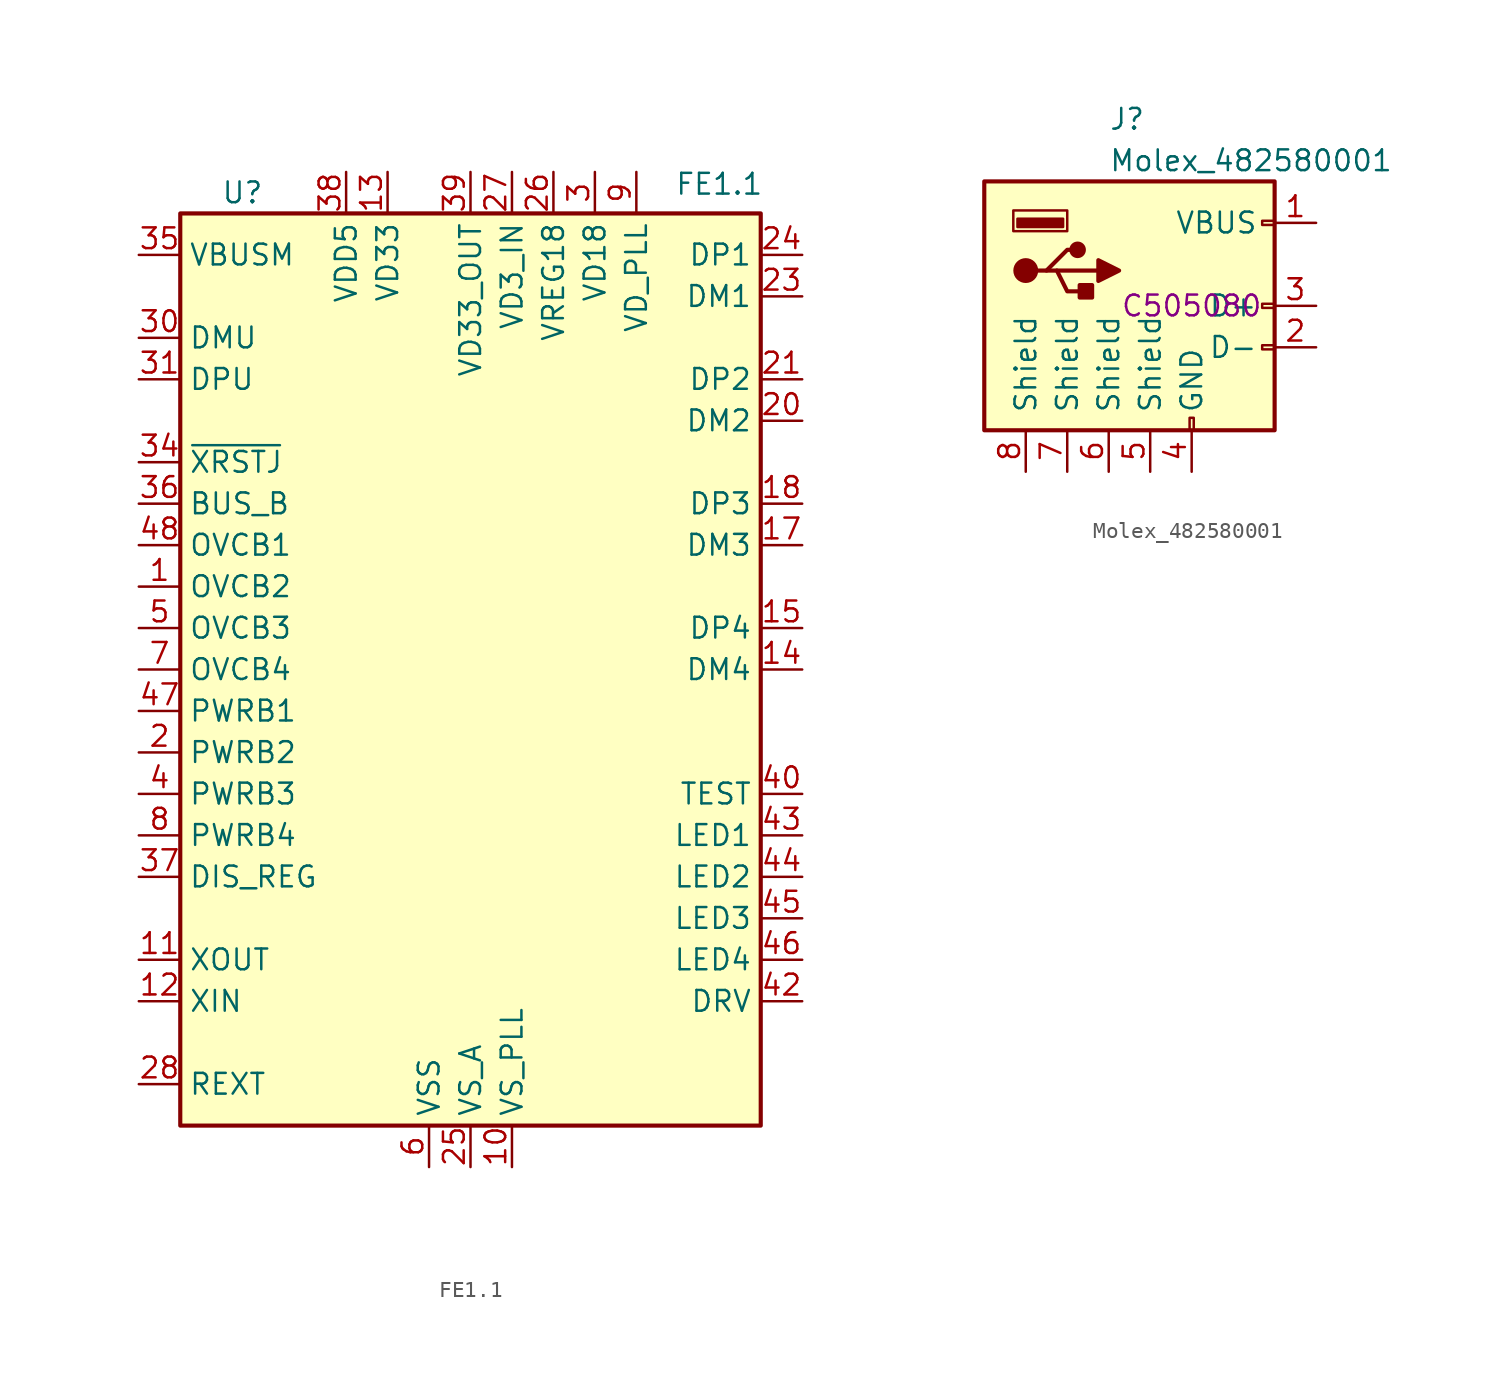
<source format=kicad_sym>
(kicad_symbol_lib
  (version 20211014)
  (generator kicad_symbol_editor)
  (symbol "FE1.1"
    (property "Reference" "U"
      (at -13.97 26.67 0)
      (effects (font (size 1.27 1.27))))
    (property "Value" "FE1.1"
      (at 15.24 27.94 0)
      (effects (font (size 1.27 1.27)) (justify top)))
    (symbol "FE1.1_0_1"
      (rectangle (start -17.78 25.4) (end 17.78 -30.48) (stroke (width 0.254) (type default) (color 0 0 0 0)) (fill (type background))))
    (symbol "FE1.1_1_1"
      (pin input line (at -20.32 2.54 0) (length 2.54) (name "OVCB2" (effects (font (size 1.27 1.27)))) (number "1" (effects (font (size 1.27 1.27)))))
      (pin power_in line (at 2.54 -33.02 90) (length 2.54) (name "VS_PLL" (effects (font (size 1.27 1.27)))) (number "10" (effects (font (size 1.27 1.27)))))
      (pin output line (at -20.32 -20.32 0) (length 2.54) (name "XOUT" (effects (font (size 1.27 1.27)))) (number "11" (effects (font (size 1.27 1.27)))))
      (pin input line (at -20.32 -22.86 0) (length 2.54) (name "XIN" (effects (font (size 1.27 1.27)))) (number "12" (effects (font (size 1.27 1.27)))))
      (pin power_in line (at -5.08 27.94 270) (length 2.54) (name "VD33" (effects (font (size 1.27 1.27)))) (number "13" (effects (font (size 1.27 1.27)))))
      (pin bidirectional line (at 20.32 -2.54 180) (length 2.54) (name "DM4" (effects (font (size 1.27 1.27)))) (number "14" (effects (font (size 1.27 1.27)))))
      (pin bidirectional line (at 20.32 0 180) (length 2.54) (name "DP4" (effects (font (size 1.27 1.27)))) (number "15" (effects (font (size 1.27 1.27)))))
      (pin passive line (at -2.54 -33.02 90) (length 2.54) hide (name "VSS" (effects (font (size 1.27 1.27)))) (number "16" (effects (font (size 1.27 1.27)))))
      (pin bidirectional line (at 20.32 5.08 180) (length 2.54) (name "DM3" (effects (font (size 1.27 1.27)))) (number "17" (effects (font (size 1.27 1.27)))))
      (pin bidirectional line (at 20.32 7.62 180) (length 2.54) (name "DP3" (effects (font (size 1.27 1.27)))) (number "18" (effects (font (size 1.27 1.27)))))
      (pin passive line (at -5.08 27.94 270) (length 2.54) hide (name "VD33" (effects (font (size 1.27 1.27)))) (number "19" (effects (font (size 1.27 1.27)))))
      (pin input line (at -20.32 -7.62 0) (length 2.54) (name "PWRB2" (effects (font (size 1.27 1.27)))) (number "2" (effects (font (size 1.27 1.27)))))
      (pin bidirectional line (at 20.32 12.7 180) (length 2.54) (name "DM2" (effects (font (size 1.27 1.27)))) (number "20" (effects (font (size 1.27 1.27)))))
      (pin bidirectional line (at 20.32 15.24 180) (length 2.54) (name "DP2" (effects (font (size 1.27 1.27)))) (number "21" (effects (font (size 1.27 1.27)))))
      (pin passive line (at -2.54 -33.02 90) (length 2.54) hide (name "VSS" (effects (font (size 1.27 1.27)))) (number "22" (effects (font (size 1.27 1.27)))))
      (pin bidirectional line (at 20.32 20.32 180) (length 2.54) (name "DM1" (effects (font (size 1.27 1.27)))) (number "23" (effects (font (size 1.27 1.27)))))
      (pin bidirectional line (at 20.32 22.86 180) (length 2.54) (name "DP1" (effects (font (size 1.27 1.27)))) (number "24" (effects (font (size 1.27 1.27)))))
      (pin power_in line (at 0 -33.02 90) (length 2.54) (name "VS_A" (effects (font (size 1.27 1.27)))) (number "25" (effects (font (size 1.27 1.27)))))
      (pin power_out line (at 5.08 27.94 270) (length 2.54) (name "VREG18" (effects (font (size 1.27 1.27)))) (number "26" (effects (font (size 1.27 1.27)))))
      (pin power_in line (at 2.54 27.94 270) (length 2.54) (name "VD3_IN" (effects (font (size 1.27 1.27)))) (number "27" (effects (font (size 1.27 1.27)))))
      (pin passive line (at -20.32 -27.94 0) (length 2.54) (name "REXT" (effects (font (size 1.27 1.27)))) (number "28" (effects (font (size 1.27 1.27)))))
      (pin passive line (at 7.62 27.94 270) (length 2.54) hide (name "VD18" (effects (font (size 1.27 1.27)))) (number "29" (effects (font (size 1.27 1.27)))))
      (pin power_in line (at 7.62 27.94 270) (length 2.54) (name "VD18" (effects (font (size 1.27 1.27)))) (number "3" (effects (font (size 1.27 1.27)))))
      (pin bidirectional line (at -20.32 17.78 0) (length 2.54) (name "DMU" (effects (font (size 1.27 1.27)))) (number "30" (effects (font (size 1.27 1.27)))))
      (pin bidirectional line (at -20.32 15.24 0) (length 2.54) (name "DPU" (effects (font (size 1.27 1.27)))) (number "31" (effects (font (size 1.27 1.27)))))
      (pin passive line (at -5.08 27.94 270) (length 2.54) hide (name "VD33" (effects (font (size 1.27 1.27)))) (number "32" (effects (font (size 1.27 1.27)))))
      (pin passive line (at -2.54 -33.02 90) (length 2.54) hide (name "VSS" (effects (font (size 1.27 1.27)))) (number "33" (effects (font (size 1.27 1.27)))))
      (pin input line (at -20.32 10.16 0) (length 2.54) (name "~{XRSTJ}" (effects (font (size 1.27 1.27)))) (number "34" (effects (font (size 1.27 1.27)))))
      (pin input line (at -20.32 22.86 0) (length 2.54) (name "VBUSM" (effects (font (size 1.27 1.27)))) (number "35" (effects (font (size 1.27 1.27)))))
      (pin input line (at -20.32 7.62 0) (length 2.54) (name "BUS_B" (effects (font (size 1.27 1.27)))) (number "36" (effects (font (size 1.27 1.27)))))
      (pin input line (at -20.32 -15.24 0) (length 2.54) (name "DIS_REG" (effects (font (size 1.27 1.27)))) (number "37" (effects (font (size 1.27 1.27)))))
      (pin power_in line (at -7.62 27.94 270) (length 2.54) (name "VDD5" (effects (font (size 1.27 1.27)))) (number "38" (effects (font (size 1.27 1.27)))))
      (pin power_out line (at 0 27.94 270) (length 2.54) (name "VD33_OUT" (effects (font (size 1.27 1.27)))) (number "39" (effects (font (size 1.27 1.27)))))
      (pin input line (at -20.32 -10.16 0) (length 2.54) (name "PWRB3" (effects (font (size 1.27 1.27)))) (number "4" (effects (font (size 1.27 1.27)))))
      (pin input line (at 20.32 -10.16 180) (length 2.54) (name "TEST" (effects (font (size 1.27 1.27)))) (number "40" (effects (font (size 1.27 1.27)))))
      (pin passive line (at -5.08 27.94 270) (length 2.54) hide (name "VD33" (effects (font (size 1.27 1.27)))) (number "41" (effects (font (size 1.27 1.27)))))
      (pin passive line (at 20.32 -22.86 180) (length 2.54) (name "DRV" (effects (font (size 1.27 1.27)))) (number "42" (effects (font (size 1.27 1.27)))))
      (pin passive line (at 20.32 -12.7 180) (length 2.54) (name "LED1" (effects (font (size 1.27 1.27)))) (number "43" (effects (font (size 1.27 1.27)))))
      (pin passive line (at 20.32 -15.24 180) (length 2.54) (name "LED2" (effects (font (size 1.27 1.27)))) (number "44" (effects (font (size 1.27 1.27)))))
      (pin passive line (at 20.32 -17.78 180) (length 2.54) (name "LED3" (effects (font (size 1.27 1.27)))) (number "45" (effects (font (size 1.27 1.27)))))
      (pin passive line (at 20.32 -20.32 180) (length 2.54) (name "LED4" (effects (font (size 1.27 1.27)))) (number "46" (effects (font (size 1.27 1.27)))))
      (pin input line (at -20.32 -5.08 0) (length 2.54) (name "PWRB1" (effects (font (size 1.27 1.27)))) (number "47" (effects (font (size 1.27 1.27)))))
      (pin input line (at -20.32 5.08 0) (length 2.54) (name "OVCB1" (effects (font (size 1.27 1.27)))) (number "48" (effects (font (size 1.27 1.27)))))
      (pin input line (at -20.32 0 0) (length 2.54) (name "OVCB3" (effects (font (size 1.27 1.27)))) (number "5" (effects (font (size 1.27 1.27)))))
      (pin power_in line (at -2.54 -33.02 90) (length 2.54) (name "VSS" (effects (font (size 1.27 1.27)))) (number "6" (effects (font (size 1.27 1.27)))))
      (pin input line (at -20.32 -2.54 0) (length 2.54) (name "OVCB4" (effects (font (size 1.27 1.27)))) (number "7" (effects (font (size 1.27 1.27)))))
      (pin input line (at -20.32 -12.7 0) (length 2.54) (name "PWRB4" (effects (font (size 1.27 1.27)))) (number "8" (effects (font (size 1.27 1.27)))))
      (pin power_in line (at 10.16 27.94 270) (length 2.54) (name "VD_PLL" (effects (font (size 1.27 1.27)))) (number "9" (effects (font (size 1.27 1.27)))))))
  (symbol "Molex_482580001"
    (pin_names
      (offset 1.016))
    (property "Reference" "J"
      (at -5.08 11.43 0)
      (effects (font (size 1.27 1.27)) (justify left)))
    (property "Value" "Molex_482580001"
      (at -5.08 8.89 0)
      (effects (font (size 1.27 1.27)) (justify left)))
    (property "LCSC" "C505080"
      (at 0 0 0)
      (effects (font (size 1.27 1.27))))
    (symbol "Molex_482580001_0_1"
      (rectangle (start -12.7 7.62) (end 5.08 -7.62) (stroke (width 0.254) (type default) (color 0 0 0 0)) (fill (type background)))
      (circle (center -10.16 2.159) (radius 0.635) (stroke (width 0.254) (type default) (color 0 0 0 0)) (fill (type outline)))
      (rectangle (start -7.874 4.826) (end -10.668 5.334) (stroke (width 0) (type default) (color 0 0 0 0)) (fill (type outline)))
      (rectangle (start -7.62 4.572) (end -10.922 5.842) (stroke (width 0) (type default) (color 0 0 0 0)) (fill (type none)))
      (circle (center -6.985 3.429) (radius 0.381) (stroke (width 0.254) (type default) (color 0 0 0 0)) (fill (type outline)))
      (rectangle (start -6.096 1.27) (end -6.858 0.508) (stroke (width 0.254) (type default) (color 0 0 0 0)) (fill (type outline)))
      (rectangle (start -0.127 -7.62) (end 0.127 -6.858) (stroke (width 0) (type default) (color 0 0 0 0)) (fill (type none)))
      (polyline (pts (xy -9.525 2.159) (xy -8.89 2.159) (xy -7.62 3.429) (xy -6.985 3.429)) (stroke (width 0.254) (type default) (color 0 0 0 0)) (fill (type none)))
      (polyline (pts (xy -8.89 2.159) (xy -8.255 2.159) (xy -7.62 0.889) (xy -6.35 0.889)) (stroke (width 0.254) (type default) (color 0 0 0 0)) (fill (type none)))
      (polyline (pts (xy -5.715 2.794) (xy -5.715 1.524) (xy -4.445 2.159) (xy -5.715 2.794)) (stroke (width 0.254) (type default) (color 0 0 0 0)) (fill (type outline)))
      (rectangle (start 5.08 -2.667) (end 4.318 -2.413) (stroke (width 0) (type default) (color 0 0 0 0)) (fill (type none)))
      (rectangle (start 5.08 -0.127) (end 4.318 0.127) (stroke (width 0) (type default) (color 0 0 0 0)) (fill (type none)))
      (rectangle (start 5.08 4.953) (end 4.318 5.207) (stroke (width 0) (type default) (color 0 0 0 0)) (fill (type none))))
    (symbol "Molex_482580001_1_1"
      (polyline (pts (xy -8.255 2.159) (xy -5.715 2.159)) (stroke (width 0.254) (type default) (color 0 0 0 0)) (fill (type none)))
      (pin power_in line (at 7.62 5.08 180) (length 2.54) (name "VBUS" (effects (font (size 1.27 1.27)))) (number "1" (effects (font (size 1.27 1.27)))))
      (pin bidirectional line (at 7.62 -2.54 180) (length 2.54) (name "D-" (effects (font (size 1.27 1.27)))) (number "2" (effects (font (size 1.27 1.27)))))
      (pin bidirectional line (at 7.62 0 180) (length 2.54) (name "D+" (effects (font (size 1.27 1.27)))) (number "3" (effects (font (size 1.27 1.27)))))
      (pin power_in line (at 0 -10.16 90) (length 2.54) (name "GND" (effects (font (size 1.27 1.27)))) (number "4" (effects (font (size 1.27 1.27)))))
      (pin passive line (at -2.54 -10.16 90) (length 2.54) (name "Shield" (effects (font (size 1.27 1.27)))) (number "5" (effects (font (size 1.27 1.27)))))
      (pin passive line (at -5.08 -10.16 90) (length 2.54) (name "Shield" (effects (font (size 1.27 1.27)))) (number "6" (effects (font (size 1.27 1.27)))))
      (pin passive line (at -7.62 -10.16 90) (length 2.54) (name "Shield" (effects (font (size 1.27 1.27)))) (number "7" (effects (font (size 1.27 1.27)))))
      (pin passive line (at -10.16 -10.16 90) (length 2.54) (name "Shield" (effects (font (size 1.27 1.27)))) (number "8" (effects (font (size 1.27 1.27))))))))
</source>
